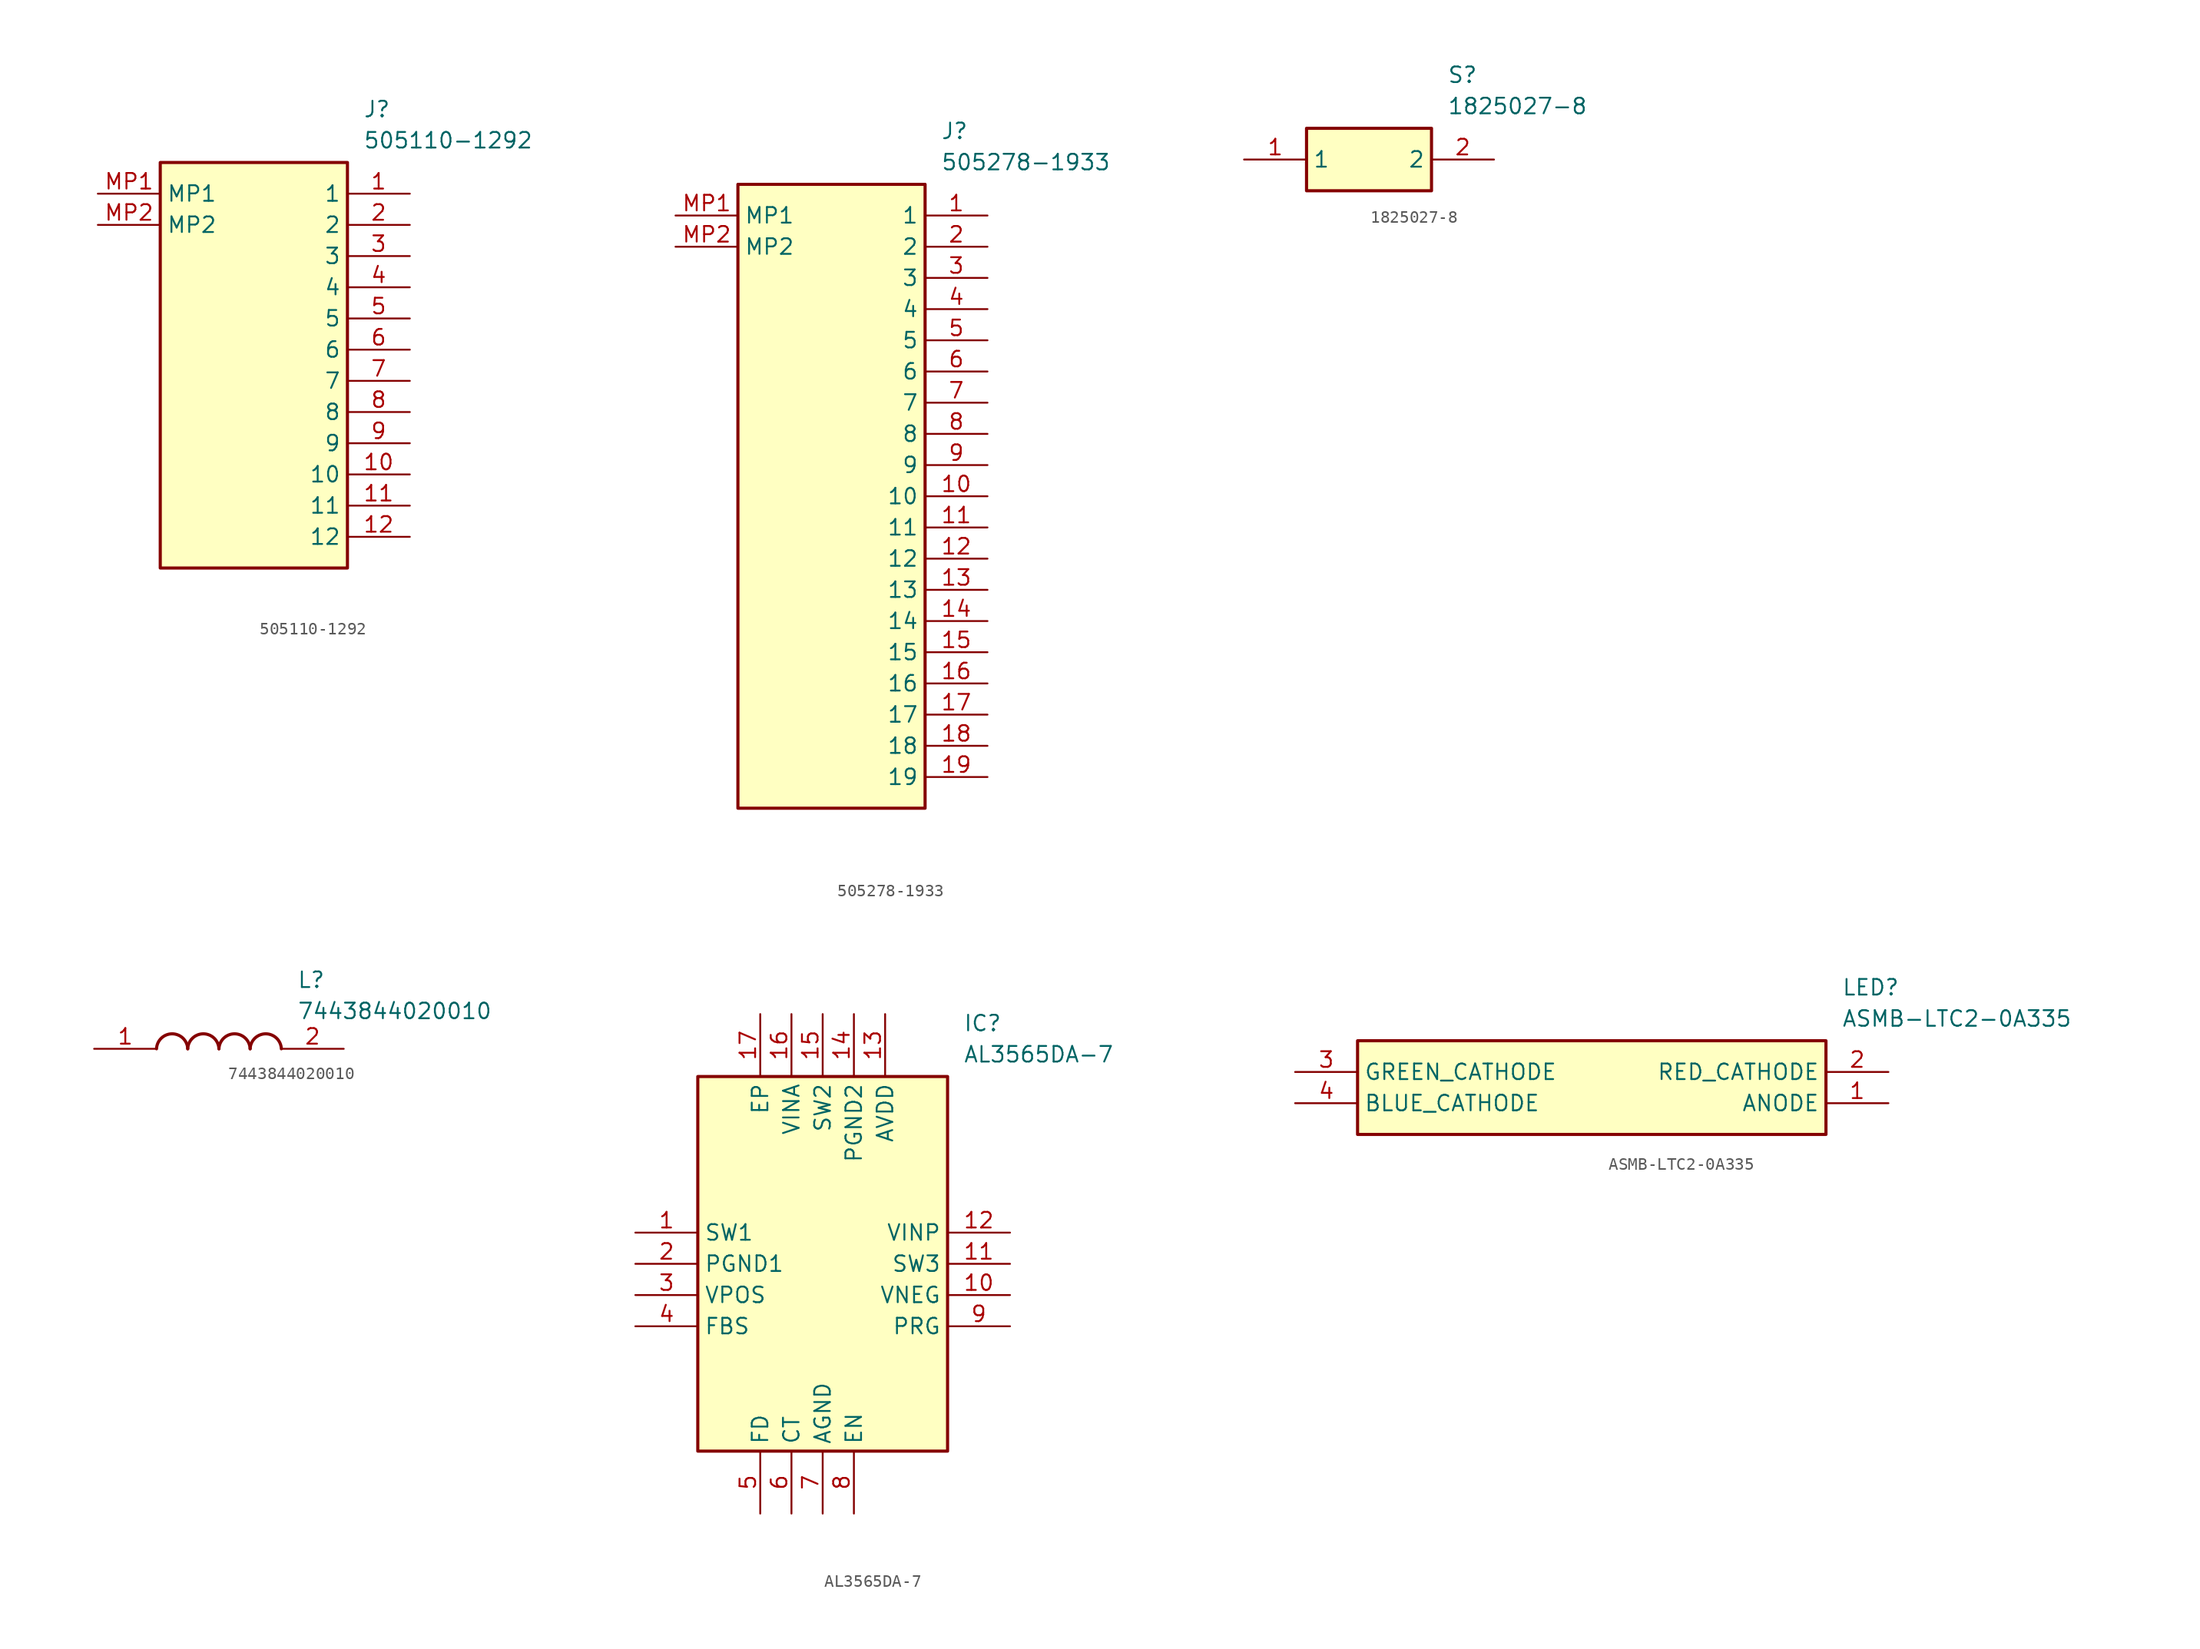
<source format=kicad_sym>
(kicad_symbol_lib
  (version 20220914)
  (generator SamacSys_ECAD_Model)
  (symbol "505110-1292"
    (property "Reference" "J"
      (at 21.59 7.62 0)
      (effects (font (size 1.27 1.27)) (justify left top)))
    (property "Value" "505110-1292"
      (at 21.59 5.08 0)
      (effects (font (size 1.27 1.27)) (justify left top)))
    (rectangle
      (start 5.08 2.54)
      (end 20.32 -30.48)
      (stroke (width 0.254) (type default))
      (fill (type background)))
    (pin passive line
      (at 25.4 0 180)
      (length 5.08)
      (name "1" (effects (font (size 1.27 1.27))))
      (number "1" (effects (font (size 1.27 1.27)))))
    (pin passive line
      (at 25.4 -2.54 180)
      (length 5.08)
      (name "2" (effects (font (size 1.27 1.27))))
      (number "2" (effects (font (size 1.27 1.27)))))
    (pin passive line
      (at 25.4 -5.08 180)
      (length 5.08)
      (name "3" (effects (font (size 1.27 1.27))))
      (number "3" (effects (font (size 1.27 1.27)))))
    (pin passive line
      (at 25.4 -7.62 180)
      (length 5.08)
      (name "4" (effects (font (size 1.27 1.27))))
      (number "4" (effects (font (size 1.27 1.27)))))
    (pin passive line
      (at 25.4 -10.16 180)
      (length 5.08)
      (name "5" (effects (font (size 1.27 1.27))))
      (number "5" (effects (font (size 1.27 1.27)))))
    (pin passive line
      (at 25.4 -12.7 180)
      (length 5.08)
      (name "6" (effects (font (size 1.27 1.27))))
      (number "6" (effects (font (size 1.27 1.27)))))
    (pin passive line
      (at 25.4 -15.24 180)
      (length 5.08)
      (name "7" (effects (font (size 1.27 1.27))))
      (number "7" (effects (font (size 1.27 1.27)))))
    (pin passive line
      (at 25.4 -17.78 180)
      (length 5.08)
      (name "8" (effects (font (size 1.27 1.27))))
      (number "8" (effects (font (size 1.27 1.27)))))
    (pin passive line
      (at 25.4 -20.32 180)
      (length 5.08)
      (name "9" (effects (font (size 1.27 1.27))))
      (number "9" (effects (font (size 1.27 1.27)))))
    (pin passive line
      (at 25.4 -22.86 180)
      (length 5.08)
      (name "10" (effects (font (size 1.27 1.27))))
      (number "10" (effects (font (size 1.27 1.27)))))
    (pin passive line
      (at 25.4 -25.4 180)
      (length 5.08)
      (name "11" (effects (font (size 1.27 1.27))))
      (number "11" (effects (font (size 1.27 1.27)))))
    (pin passive line
      (at 25.4 -27.94 180)
      (length 5.08)
      (name "12" (effects (font (size 1.27 1.27))))
      (number "12" (effects (font (size 1.27 1.27)))))
    (pin passive line
      (at 0 0 0)
      (length 5.08)
      (name "MP1" (effects (font (size 1.27 1.27))))
      (number "MP1" (effects (font (size 1.27 1.27)))))
    (pin passive line
      (at 0 -2.54 0)
      (length 5.08)
      (name "MP2" (effects (font (size 1.27 1.27))))
      (number "MP2" (effects (font (size 1.27 1.27))))))
  (symbol "505278-1933"
    (property "Reference" "J"
      (at 21.59 7.62 0)
      (effects (font (size 1.27 1.27)) (justify left top)))
    (property "Value" "505278-1933"
      (at 21.59 5.08 0)
      (effects (font (size 1.27 1.27)) (justify left top)))
    (rectangle
      (start 5.08 2.54)
      (end 20.32 -48.26)
      (stroke (width 0.254) (type default))
      (fill (type background)))
    (pin passive line
      (at 25.4 0 180)
      (length 5.08)
      (name "1" (effects (font (size 1.27 1.27))))
      (number "1" (effects (font (size 1.27 1.27)))))
    (pin passive line
      (at 25.4 -2.54 180)
      (length 5.08)
      (name "2" (effects (font (size 1.27 1.27))))
      (number "2" (effects (font (size 1.27 1.27)))))
    (pin passive line
      (at 25.4 -5.08 180)
      (length 5.08)
      (name "3" (effects (font (size 1.27 1.27))))
      (number "3" (effects (font (size 1.27 1.27)))))
    (pin passive line
      (at 25.4 -7.62 180)
      (length 5.08)
      (name "4" (effects (font (size 1.27 1.27))))
      (number "4" (effects (font (size 1.27 1.27)))))
    (pin passive line
      (at 25.4 -10.16 180)
      (length 5.08)
      (name "5" (effects (font (size 1.27 1.27))))
      (number "5" (effects (font (size 1.27 1.27)))))
    (pin passive line
      (at 25.4 -12.7 180)
      (length 5.08)
      (name "6" (effects (font (size 1.27 1.27))))
      (number "6" (effects (font (size 1.27 1.27)))))
    (pin passive line
      (at 25.4 -15.24 180)
      (length 5.08)
      (name "7" (effects (font (size 1.27 1.27))))
      (number "7" (effects (font (size 1.27 1.27)))))
    (pin passive line
      (at 25.4 -17.78 180)
      (length 5.08)
      (name "8" (effects (font (size 1.27 1.27))))
      (number "8" (effects (font (size 1.27 1.27)))))
    (pin passive line
      (at 25.4 -20.32 180)
      (length 5.08)
      (name "9" (effects (font (size 1.27 1.27))))
      (number "9" (effects (font (size 1.27 1.27)))))
    (pin passive line
      (at 25.4 -22.86 180)
      (length 5.08)
      (name "10" (effects (font (size 1.27 1.27))))
      (number "10" (effects (font (size 1.27 1.27)))))
    (pin passive line
      (at 25.4 -25.4 180)
      (length 5.08)
      (name "11" (effects (font (size 1.27 1.27))))
      (number "11" (effects (font (size 1.27 1.27)))))
    (pin passive line
      (at 25.4 -27.94 180)
      (length 5.08)
      (name "12" (effects (font (size 1.27 1.27))))
      (number "12" (effects (font (size 1.27 1.27)))))
    (pin passive line
      (at 25.4 -30.48 180)
      (length 5.08)
      (name "13" (effects (font (size 1.27 1.27))))
      (number "13" (effects (font (size 1.27 1.27)))))
    (pin passive line
      (at 25.4 -33.02 180)
      (length 5.08)
      (name "14" (effects (font (size 1.27 1.27))))
      (number "14" (effects (font (size 1.27 1.27)))))
    (pin passive line
      (at 25.4 -35.56 180)
      (length 5.08)
      (name "15" (effects (font (size 1.27 1.27))))
      (number "15" (effects (font (size 1.27 1.27)))))
    (pin passive line
      (at 25.4 -38.1 180)
      (length 5.08)
      (name "16" (effects (font (size 1.27 1.27))))
      (number "16" (effects (font (size 1.27 1.27)))))
    (pin passive line
      (at 25.4 -40.64 180)
      (length 5.08)
      (name "17" (effects (font (size 1.27 1.27))))
      (number "17" (effects (font (size 1.27 1.27)))))
    (pin passive line
      (at 25.4 -43.18 180)
      (length 5.08)
      (name "18" (effects (font (size 1.27 1.27))))
      (number "18" (effects (font (size 1.27 1.27)))))
    (pin passive line
      (at 25.4 -45.72 180)
      (length 5.08)
      (name "19" (effects (font (size 1.27 1.27))))
      (number "19" (effects (font (size 1.27 1.27)))))
    (pin passive line
      (at 0 0 0)
      (length 5.08)
      (name "MP1" (effects (font (size 1.27 1.27))))
      (number "MP1" (effects (font (size 1.27 1.27)))))
    (pin passive line
      (at 0 -2.54 0)
      (length 5.08)
      (name "MP2" (effects (font (size 1.27 1.27))))
      (number "MP2" (effects (font (size 1.27 1.27))))))
  (symbol "1825027-8"
    (property "Reference" "S"
      (at 16.51 7.62 0)
      (effects (font (size 1.27 1.27)) (justify left top)))
    (property "Value" "1825027-8"
      (at 16.51 5.08 0)
      (effects (font (size 1.27 1.27)) (justify left top)))
    (rectangle
      (start 5.08 2.54)
      (end 15.24 -2.54)
      (stroke (width 0.254) (type default))
      (fill (type background)))
    (pin passive line
      (at 0 0 0)
      (length 5.08)
      (name "1" (effects (font (size 1.27 1.27))))
      (number "1" (effects (font (size 1.27 1.27)))))
    (pin passive line
      (at 20.32 0 180)
      (length 5.08)
      (name "2" (effects (font (size 1.27 1.27))))
      (number "2" (effects (font (size 1.27 1.27))))))
  (symbol "7443844020010"
    (pin_names hide)
    (property "Reference" "L"
      (at 16.51 6.35 0)
      (effects (font (size 1.27 1.27)) (justify left top)))
    (property "Value" "7443844020010"
      (at 16.51 3.81 0)
      (effects (font (size 1.27 1.27)) (justify left top)))
    (arc
      (start 7.62 0)
      (mid 6.35 1.219)
      (end 5.08 0)
      (stroke (width 0.254) (type default))
      (fill (type none)))
    (arc
      (start 10.16 0)
      (mid 8.89 1.219)
      (end 7.62 0)
      (stroke (width 0.254) (type default))
      (fill (type none)))
    (arc
      (start 12.7 0)
      (mid 11.43 1.219)
      (end 10.16 0)
      (stroke (width 0.254) (type default))
      (fill (type none)))
    (arc
      (start 15.24 0)
      (mid 13.97 1.219)
      (end 12.7 0)
      (stroke (width 0.254) (type default))
      (fill (type none)))
    (pin passive line
      (at 0 0 0)
      (length 5.08)
      (name "1" (effects (font (size 1.27 1.27))))
      (number "1" (effects (font (size 1.27 1.27)))))
    (pin passive line
      (at 20.32 0 180)
      (length 5.08)
      (name "2" (effects (font (size 1.27 1.27))))
      (number "2" (effects (font (size 1.27 1.27))))))
  (symbol "AL3565DA-7"
    (property "Reference" "IC"
      (at 26.67 17.78 0)
      (effects (font (size 1.27 1.27)) (justify left top)))
    (property "Value" "AL3565DA-7"
      (at 26.67 15.24 0)
      (effects (font (size 1.27 1.27)) (justify left top)))
    (rectangle
      (start 5.08 12.7)
      (end 25.4 -17.78)
      (stroke (width 0.254) (type default))
      (fill (type background)))
    (pin passive line
      (at 0 0 0)
      (length 5.08)
      (name "SW1" (effects (font (size 1.27 1.27))))
      (number "1" (effects (font (size 1.27 1.27)))))
    (pin passive line
      (at 0 -2.54 0)
      (length 5.08)
      (name "PGND1" (effects (font (size 1.27 1.27))))
      (number "2" (effects (font (size 1.27 1.27)))))
    (pin passive line
      (at 0 -5.08 0)
      (length 5.08)
      (name "VPOS" (effects (font (size 1.27 1.27))))
      (number "3" (effects (font (size 1.27 1.27)))))
    (pin passive line
      (at 0 -7.62 0)
      (length 5.08)
      (name "FBS" (effects (font (size 1.27 1.27))))
      (number "4" (effects (font (size 1.27 1.27)))))
    (pin passive line
      (at 10.16 -22.86 90)
      (length 5.08)
      (name "FD" (effects (font (size 1.27 1.27))))
      (number "5" (effects (font (size 1.27 1.27)))))
    (pin passive line
      (at 12.7 -22.86 90)
      (length 5.08)
      (name "CT" (effects (font (size 1.27 1.27))))
      (number "6" (effects (font (size 1.27 1.27)))))
    (pin passive line
      (at 15.24 -22.86 90)
      (length 5.08)
      (name "AGND" (effects (font (size 1.27 1.27))))
      (number "7" (effects (font (size 1.27 1.27)))))
    (pin passive line
      (at 17.78 -22.86 90)
      (length 5.08)
      (name "EN" (effects (font (size 1.27 1.27))))
      (number "8" (effects (font (size 1.27 1.27)))))
    (pin passive line
      (at 30.48 0 180)
      (length 5.08)
      (name "VINP" (effects (font (size 1.27 1.27))))
      (number "12" (effects (font (size 1.27 1.27)))))
    (pin passive line
      (at 30.48 -2.54 180)
      (length 5.08)
      (name "SW3" (effects (font (size 1.27 1.27))))
      (number "11" (effects (font (size 1.27 1.27)))))
    (pin passive line
      (at 30.48 -5.08 180)
      (length 5.08)
      (name "VNEG" (effects (font (size 1.27 1.27))))
      (number "10" (effects (font (size 1.27 1.27)))))
    (pin passive line
      (at 30.48 -7.62 180)
      (length 5.08)
      (name "PRG" (effects (font (size 1.27 1.27))))
      (number "9" (effects (font (size 1.27 1.27)))))
    (pin passive line
      (at 10.16 17.78 270)
      (length 5.08)
      (name "EP" (effects (font (size 1.27 1.27))))
      (number "17" (effects (font (size 1.27 1.27)))))
    (pin passive line
      (at 12.7 17.78 270)
      (length 5.08)
      (name "VINA" (effects (font (size 1.27 1.27))))
      (number "16" (effects (font (size 1.27 1.27)))))
    (pin passive line
      (at 15.24 17.78 270)
      (length 5.08)
      (name "SW2" (effects (font (size 1.27 1.27))))
      (number "15" (effects (font (size 1.27 1.27)))))
    (pin passive line
      (at 17.78 17.78 270)
      (length 5.08)
      (name "PGND2" (effects (font (size 1.27 1.27))))
      (number "14" (effects (font (size 1.27 1.27)))))
    (pin passive line
      (at 20.32 17.78 270)
      (length 5.08)
      (name "AVDD" (effects (font (size 1.27 1.27))))
      (number "13" (effects (font (size 1.27 1.27))))))
  (symbol "ASMB-LTC2-0A335"
    (property "Reference" "LED"
      (at 44.45 7.62 0)
      (effects (font (size 1.27 1.27)) (justify left top)))
    (property "Value" "ASMB-LTC2-0A335"
      (at 44.45 5.08 0)
      (effects (font (size 1.27 1.27)) (justify left top)))
    (rectangle
      (start 5.08 2.54)
      (end 43.18 -5.08)
      (stroke (width 0.254) (type default))
      (fill (type background)))
    (pin passive line
      (at 48.26 -2.54 180)
      (length 5.08)
      (name "ANODE" (effects (font (size 1.27 1.27))))
      (number "1" (effects (font (size 1.27 1.27)))))
    (pin passive line
      (at 48.26 0 180)
      (length 5.08)
      (name "RED_CATHODE" (effects (font (size 1.27 1.27))))
      (number "2" (effects (font (size 1.27 1.27)))))
    (pin passive line
      (at 0 0 0)
      (length 5.08)
      (name "GREEN_CATHODE" (effects (font (size 1.27 1.27))))
      (number "3" (effects (font (size 1.27 1.27)))))
    (pin passive line
      (at 0 -2.54 0)
      (length 5.08)
      (name "BLUE_CATHODE" (effects (font (size 1.27 1.27))))
      (number "4" (effects (font (size 1.27 1.27)))))))
</source>
